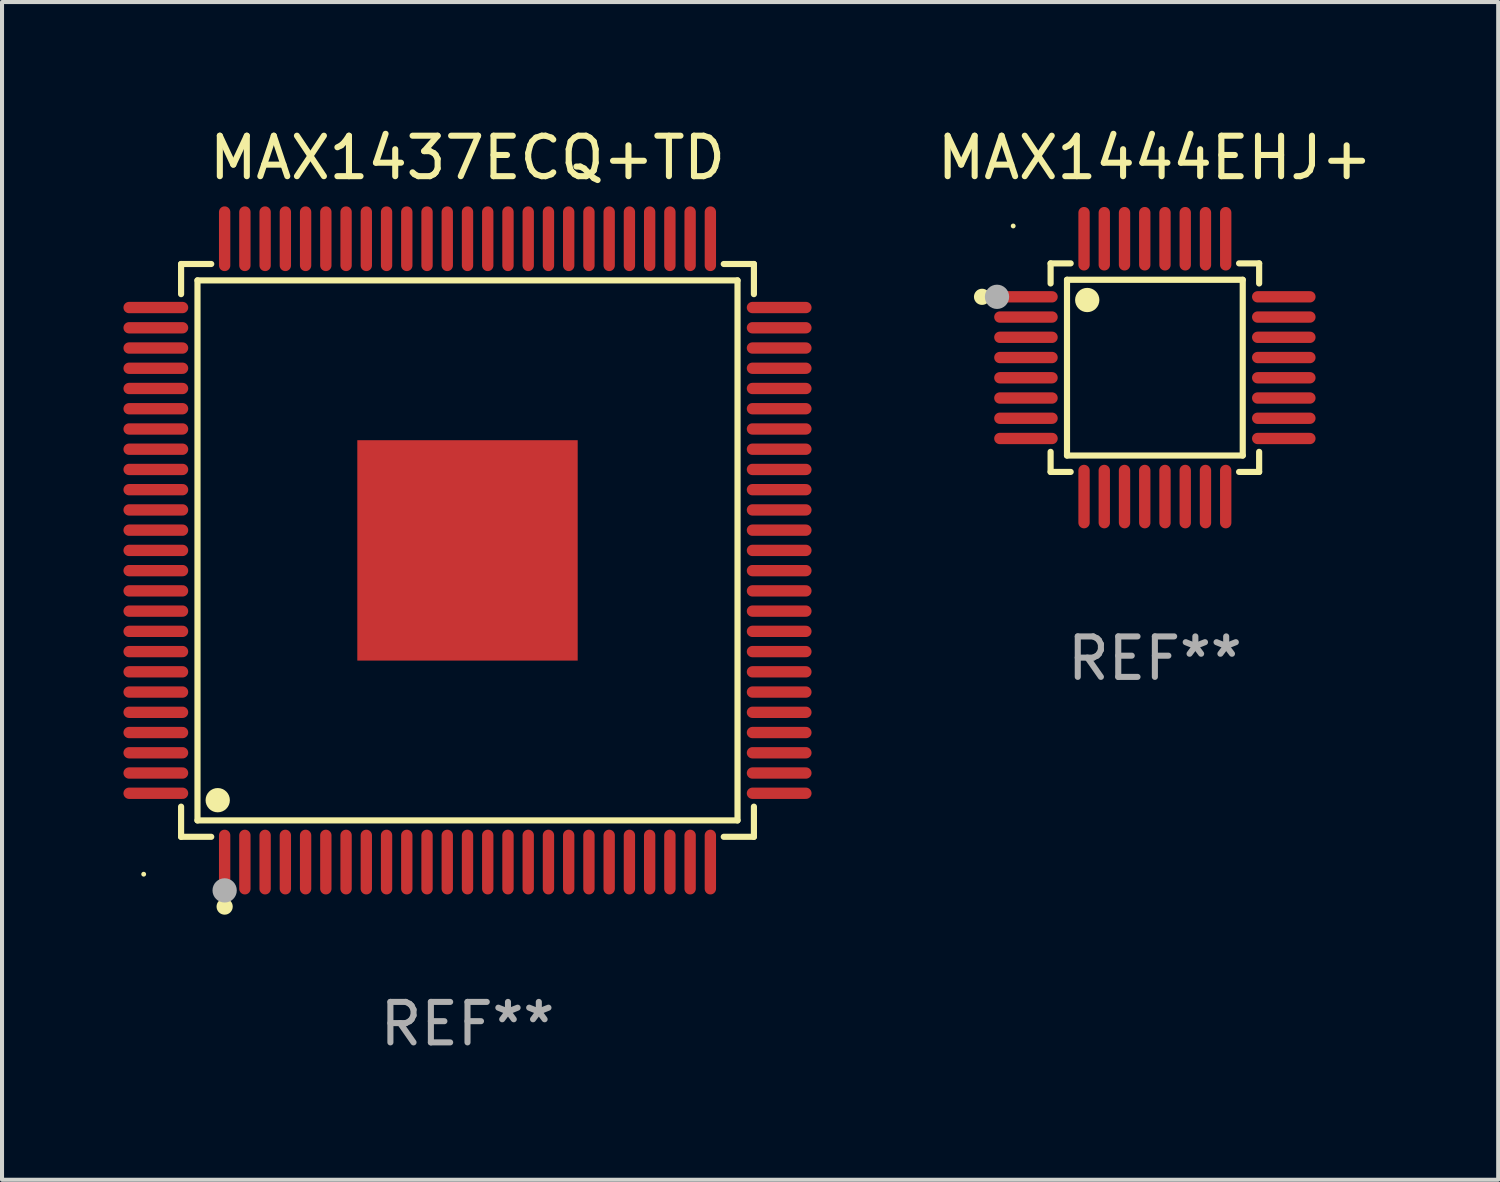
<source format=kicad_pcb>
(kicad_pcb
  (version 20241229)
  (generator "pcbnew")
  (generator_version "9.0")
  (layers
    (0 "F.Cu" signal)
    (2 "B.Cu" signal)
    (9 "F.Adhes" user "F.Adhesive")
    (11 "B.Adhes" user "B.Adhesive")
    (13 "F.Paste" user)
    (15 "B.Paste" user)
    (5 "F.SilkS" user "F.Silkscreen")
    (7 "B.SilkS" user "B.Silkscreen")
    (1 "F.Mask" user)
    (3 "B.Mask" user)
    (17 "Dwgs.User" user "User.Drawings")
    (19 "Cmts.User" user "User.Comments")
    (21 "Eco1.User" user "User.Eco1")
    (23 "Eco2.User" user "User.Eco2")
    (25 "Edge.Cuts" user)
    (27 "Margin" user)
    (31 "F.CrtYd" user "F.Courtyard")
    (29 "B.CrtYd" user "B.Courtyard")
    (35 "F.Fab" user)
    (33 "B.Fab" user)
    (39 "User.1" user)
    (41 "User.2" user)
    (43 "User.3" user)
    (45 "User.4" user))
  (footprint "MAX1437ECQ+TD"
    (layer "F.Cu")
    (at 8.5 10.548)
    (property "Reference" "MAX1437ECQ+TD" (at 0 -9.7 0) (layer "F.SilkS") (effects (font (size 1 1) (thickness 0.15))))
    (attr through_hole)
    (fp_line (start -7.076 -7.076) (end -6.331 -7.076) (stroke (width 0.152) (type solid)) (layer "F.SilkS"))
    (fp_line (start -7.076 -6.331) (end -7.076 -7.076) (stroke (width 0.152) (type solid)) (layer "F.SilkS"))
    (fp_line (start -7.076 6.331) (end -7.076 7.076) (stroke (width 0.152) (type solid)) (layer "F.SilkS"))
    (fp_line (start -7.076 7.076) (end -6.331 7.076) (stroke (width 0.152) (type solid)) (layer "F.SilkS"))
    (fp_line (start -6.671 -6.671) (end 6.671 -6.671) (stroke (width 0.152) (type solid)) (layer "F.SilkS"))
    (fp_line (start -6.671 6.671) (end -6.671 -6.671) (stroke (width 0.152) (type solid)) (layer "F.SilkS"))
    (fp_line (start 6.671 -6.671) (end 6.671 6.671) (stroke (width 0.152) (type solid)) (layer "F.SilkS"))
    (fp_line (start 6.671 6.671) (end -6.671 6.671) (stroke (width 0.152) (type solid)) (layer "F.SilkS"))
    (fp_line (start 7.076 -7.076) (end 6.331 -7.076) (stroke (width 0.152) (type solid)) (layer "F.SilkS"))
    (fp_line (start 7.076 -6.331) (end 7.076 -7.076) (stroke (width 0.152) (type solid)) (layer "F.SilkS"))
    (fp_line (start 7.076 6.331) (end 7.076 7.076) (stroke (width 0.152) (type solid)) (layer "F.SilkS"))
    (fp_line (start 7.076 7.076) (end 6.331 7.076) (stroke (width 0.152) (type solid)) (layer "F.SilkS"))
    (fp_circle (center -8 8) (end -7.97 8) (stroke (width 0.06) (type solid)) (fill no) (layer "F.SilkS"))
    (fp_circle (center -6.171 6.171) (end -6.021 6.171) (stroke (width 0.3) (type solid)) (fill no) (layer "F.SilkS"))
    (fp_circle (center -6 8.8) (end -5.9 8.8) (stroke (width 0.2) (type solid)) (fill no) (layer "F.SilkS"))
    (fp_circle (center -6 8.4) (end -5.85 8.4) (stroke (width 0.3) (type solid)) (fill no) (layer "F.Fab"))
    (fp_text user "REF**" (at 0 11.7 0) (layer "F.Fab") (effects (font (size 1 1) (thickness 0.15))))
    (pad "1" smd oval (at -6 7.7) (size 0.28 1.6) (layers "F.Cu" "F.Mask" "F.Paste"))
    (pad "2" smd oval (at -5.5 7.7) (size 0.28 1.6) (layers "F.Cu" "F.Mask" "F.Paste"))
    (pad "3" smd oval (at -5 7.7) (size 0.28 1.6) (layers "F.Cu" "F.Mask" "F.Paste"))
    (pad "4" smd oval (at -4.5 7.7) (size 0.28 1.6) (layers "F.Cu" "F.Mask" "F.Paste"))
    (pad "5" smd oval (at -4 7.7) (size 0.28 1.6) (layers "F.Cu" "F.Mask" "F.Paste"))
    (pad "6" smd oval (at -3.5 7.7) (size 0.28 1.6) (layers "F.Cu" "F.Mask" "F.Paste"))
    (pad "7" smd oval (at -3 7.7) (size 0.28 1.6) (layers "F.Cu" "F.Mask" "F.Paste"))
    (pad "8" smd oval (at -2.5 7.7) (size 0.28 1.6) (layers "F.Cu" "F.Mask" "F.Paste"))
    (pad "9" smd oval (at -2 7.7) (size 0.28 1.6) (layers "F.Cu" "F.Mask" "F.Paste"))
    (pad "10" smd oval (at -1.5 7.7) (size 0.28 1.6) (layers "F.Cu" "F.Mask" "F.Paste"))
    (pad "11" smd oval (at -1 7.7) (size 0.28 1.6) (layers "F.Cu" "F.Mask" "F.Paste"))
    (pad "12" smd oval (at -0.5 7.7) (size 0.28 1.6) (layers "F.Cu" "F.Mask" "F.Paste"))
    (pad "13" smd oval (at 0 7.7) (size 0.28 1.6) (layers "F.Cu" "F.Mask" "F.Paste"))
    (pad "14" smd oval (at 0.5 7.7) (size 0.28 1.6) (layers "F.Cu" "F.Mask" "F.Paste"))
    (pad "15" smd oval (at 1 7.7) (size 0.28 1.6) (layers "F.Cu" "F.Mask" "F.Paste"))
    (pad "16" smd oval (at 1.5 7.7) (size 0.28 1.6) (layers "F.Cu" "F.Mask" "F.Paste"))
    (pad "17" smd oval (at 2 7.7) (size 0.28 1.6) (layers "F.Cu" "F.Mask" "F.Paste"))
    (pad "18" smd oval (at 2.5 7.7) (size 0.28 1.6) (layers "F.Cu" "F.Mask" "F.Paste"))
    (pad "19" smd oval (at 3 7.7) (size 0.28 1.6) (layers "F.Cu" "F.Mask" "F.Paste"))
    (pad "20" smd oval (at 3.5 7.7) (size 0.28 1.6) (layers "F.Cu" "F.Mask" "F.Paste"))
    (pad "21" smd oval (at 4 7.7) (size 0.28 1.6) (layers "F.Cu" "F.Mask" "F.Paste"))
    (pad "22" smd oval (at 4.5 7.7) (size 0.28 1.6) (layers "F.Cu" "F.Mask" "F.Paste"))
    (pad "23" smd oval (at 5 7.7) (size 0.28 1.6) (layers "F.Cu" "F.Mask" "F.Paste"))
    (pad "24" smd oval (at 5.5 7.7) (size 0.28 1.6) (layers "F.Cu" "F.Mask" "F.Paste"))
    (pad "25" smd oval (at 6 7.7) (size 0.28 1.6) (layers "F.Cu" "F.Mask" "F.Paste"))
    (pad "26" smd oval (at 7.7 6) (size 1.6 0.28) (layers "F.Cu" "F.Mask" "F.Paste"))
    (pad "27" smd oval (at 7.7 5.5) (size 1.6 0.28) (layers "F.Cu" "F.Mask" "F.Paste"))
    (pad "28" smd oval (at 7.7 5) (size 1.6 0.28) (layers "F.Cu" "F.Mask" "F.Paste"))
    (pad "29" smd oval (at 7.7 4.5) (size 1.6 0.28) (layers "F.Cu" "F.Mask" "F.Paste"))
    (pad "30" smd oval (at 7.7 4) (size 1.6 0.28) (layers "F.Cu" "F.Mask" "F.Paste"))
    (pad "31" smd oval (at 7.7 3.5) (size 1.6 0.28) (layers "F.Cu" "F.Mask" "F.Paste"))
    (pad "32" smd oval (at 7.7 3) (size 1.6 0.28) (layers "F.Cu" "F.Mask" "F.Paste"))
    (pad "33" smd oval (at 7.7 2.5) (size 1.6 0.28) (layers "F.Cu" "F.Mask" "F.Paste"))
    (pad "34" smd oval (at 7.7 2) (size 1.6 0.28) (layers "F.Cu" "F.Mask" "F.Paste"))
    (pad "35" smd oval (at 7.7 1.5) (size 1.6 0.28) (layers "F.Cu" "F.Mask" "F.Paste"))
    (pad "36" smd oval (at 7.7 1) (size 1.6 0.28) (layers "F.Cu" "F.Mask" "F.Paste"))
    (pad "37" smd oval (at 7.7 0.5) (size 1.6 0.28) (layers "F.Cu" "F.Mask" "F.Paste"))
    (pad "38" smd oval (at 7.7 0) (size 1.6 0.28) (layers "F.Cu" "F.Mask" "F.Paste"))
    (pad "39" smd oval (at 7.7 -0.5) (size 1.6 0.28) (layers "F.Cu" "F.Mask" "F.Paste"))
    (pad "40" smd oval (at 7.7 -1) (size 1.6 0.28) (layers "F.Cu" "F.Mask" "F.Paste"))
    (pad "41" smd oval (at 7.7 -1.5) (size 1.6 0.28) (layers "F.Cu" "F.Mask" "F.Paste"))
    (pad "42" smd oval (at 7.7 -2) (size 1.6 0.28) (layers "F.Cu" "F.Mask" "F.Paste"))
    (pad "43" smd oval (at 7.7 -2.5) (size 1.6 0.28) (layers "F.Cu" "F.Mask" "F.Paste"))
    (pad "44" smd oval (at 7.7 -3) (size 1.6 0.28) (layers "F.Cu" "F.Mask" "F.Paste"))
    (pad "45" smd oval (at 7.7 -3.5) (size 1.6 0.28) (layers "F.Cu" "F.Mask" "F.Paste"))
    (pad "46" smd oval (at 7.7 -4) (size 1.6 0.28) (layers "F.Cu" "F.Mask" "F.Paste"))
    (pad "47" smd oval (at 7.7 -4.5) (size 1.6 0.28) (layers "F.Cu" "F.Mask" "F.Paste"))
    (pad "48" smd oval (at 7.7 -5) (size 1.6 0.28) (layers "F.Cu" "F.Mask" "F.Paste"))
    (pad "49" smd oval (at 7.7 -5.5) (size 1.6 0.28) (layers "F.Cu" "F.Mask" "F.Paste"))
    (pad "50" smd oval (at 7.7 -6) (size 1.6 0.28) (layers "F.Cu" "F.Mask" "F.Paste"))
    (pad "51" smd oval (at 6 -7.7) (size 0.28 1.6) (layers "F.Cu" "F.Mask" "F.Paste"))
    (pad "52" smd oval (at 5.5 -7.7) (size 0.28 1.6) (layers "F.Cu" "F.Mask" "F.Paste"))
    (pad "53" smd oval (at 5 -7.7) (size 0.28 1.6) (layers "F.Cu" "F.Mask" "F.Paste"))
    (pad "54" smd oval (at 4.5 -7.7) (size 0.28 1.6) (layers "F.Cu" "F.Mask" "F.Paste"))
    (pad "55" smd oval (at 4 -7.7) (size 0.28 1.6) (layers "F.Cu" "F.Mask" "F.Paste"))
    (pad "56" smd oval (at 3.5 -7.7) (size 0.28 1.6) (layers "F.Cu" "F.Mask" "F.Paste"))
    (pad "57" smd oval (at 3 -7.7) (size 0.28 1.6) (layers "F.Cu" "F.Mask" "F.Paste"))
    (pad "58" smd oval (at 2.5 -7.7) (size 0.28 1.6) (layers "F.Cu" "F.Mask" "F.Paste"))
    (pad "59" smd oval (at 2 -7.7) (size 0.28 1.6) (layers "F.Cu" "F.Mask" "F.Paste"))
    (pad "60" smd oval (at 1.5 -7.7) (size 0.28 1.6) (layers "F.Cu" "F.Mask" "F.Paste"))
    (pad "61" smd oval (at 1 -7.7) (size 0.28 1.6) (layers "F.Cu" "F.Mask" "F.Paste"))
    (pad "62" smd oval (at 0.5 -7.7) (size 0.28 1.6) (layers "F.Cu" "F.Mask" "F.Paste"))
    (pad "63" smd oval (at 0 -7.7) (size 0.28 1.6) (layers "F.Cu" "F.Mask" "F.Paste"))
    (pad "64" smd oval (at -0.5 -7.7) (size 0.28 1.6) (layers "F.Cu" "F.Mask" "F.Paste"))
    (pad "65" smd oval (at -1 -7.7) (size 0.28 1.6) (layers "F.Cu" "F.Mask" "F.Paste"))
    (pad "66" smd oval (at -1.5 -7.7) (size 0.28 1.6) (layers "F.Cu" "F.Mask" "F.Paste"))
    (pad "67" smd oval (at -2 -7.7) (size 0.28 1.6) (layers "F.Cu" "F.Mask" "F.Paste"))
    (pad "68" smd oval (at -2.5 -7.7) (size 0.28 1.6) (layers "F.Cu" "F.Mask" "F.Paste"))
    (pad "69" smd oval (at -3 -7.7) (size 0.28 1.6) (layers "F.Cu" "F.Mask" "F.Paste"))
    (pad "70" smd oval (at -3.5 -7.7) (size 0.28 1.6) (layers "F.Cu" "F.Mask" "F.Paste"))
    (pad "71" smd oval (at -4 -7.7) (size 0.28 1.6) (layers "F.Cu" "F.Mask" "F.Paste"))
    (pad "72" smd oval (at -4.5 -7.7) (size 0.28 1.6) (layers "F.Cu" "F.Mask" "F.Paste"))
    (pad "73" smd oval (at -5 -7.7) (size 0.28 1.6) (layers "F.Cu" "F.Mask" "F.Paste"))
    (pad "74" smd oval (at -5.5 -7.7) (size 0.28 1.6) (layers "F.Cu" "F.Mask" "F.Paste"))
    (pad "75" smd oval (at -6 -7.7) (size 0.28 1.6) (layers "F.Cu" "F.Mask" "F.Paste"))
    (pad "76" smd oval (at -7.7 -6) (size 1.6 0.28) (layers "F.Cu" "F.Mask" "F.Paste"))
    (pad "77" smd oval (at -7.7 -5.5) (size 1.6 0.28) (layers "F.Cu" "F.Mask" "F.Paste"))
    (pad "78" smd oval (at -7.7 -5) (size 1.6 0.28) (layers "F.Cu" "F.Mask" "F.Paste"))
    (pad "79" smd oval (at -7.7 -4.5) (size 1.6 0.28) (layers "F.Cu" "F.Mask" "F.Paste"))
    (pad "80" smd oval (at -7.7 -4) (size 1.6 0.28) (layers "F.Cu" "F.Mask" "F.Paste"))
    (pad "81" smd oval (at -7.7 -3.5) (size 1.6 0.28) (layers "F.Cu" "F.Mask" "F.Paste"))
    (pad "82" smd oval (at -7.7 -3) (size 1.6 0.28) (layers "F.Cu" "F.Mask" "F.Paste"))
    (pad "83" smd oval (at -7.7 -2.5) (size 1.6 0.28) (layers "F.Cu" "F.Mask" "F.Paste"))
    (pad "84" smd oval (at -7.7 -2) (size 1.6 0.28) (layers "F.Cu" "F.Mask" "F.Paste"))
    (pad "85" smd oval (at -7.7 -1.5) (size 1.6 0.28) (layers "F.Cu" "F.Mask" "F.Paste"))
    (pad "86" smd oval (at -7.7 -1) (size 1.6 0.28) (layers "F.Cu" "F.Mask" "F.Paste"))
    (pad "87" smd oval (at -7.7 -0.5) (size 1.6 0.28) (layers "F.Cu" "F.Mask" "F.Paste"))
    (pad "88" smd oval (at -7.7 0) (size 1.6 0.28) (layers "F.Cu" "F.Mask" "F.Paste"))
    (pad "89" smd oval (at -7.7 0.5) (size 1.6 0.28) (layers "F.Cu" "F.Mask" "F.Paste"))
    (pad "90" smd oval (at -7.7 1) (size 1.6 0.28) (layers "F.Cu" "F.Mask" "F.Paste"))
    (pad "91" smd oval (at -7.7 1.5) (size 1.6 0.28) (layers "F.Cu" "F.Mask" "F.Paste"))
    (pad "92" smd oval (at -7.7 2) (size 1.6 0.28) (layers "F.Cu" "F.Mask" "F.Paste"))
    (pad "93" smd oval (at -7.7 2.5) (size 1.6 0.28) (layers "F.Cu" "F.Mask" "F.Paste"))
    (pad "94" smd oval (at -7.7 3) (size 1.6 0.28) (layers "F.Cu" "F.Mask" "F.Paste"))
    (pad "95" smd oval (at -7.7 3.5) (size 1.6 0.28) (layers "F.Cu" "F.Mask" "F.Paste"))
    (pad "96" smd oval (at -7.7 4) (size 1.6 0.28) (layers "F.Cu" "F.Mask" "F.Paste"))
    (pad "97" smd oval (at -7.7 4.5) (size 1.6 0.28) (layers "F.Cu" "F.Mask" "F.Paste"))
    (pad "98" smd oval (at -7.7 5) (size 1.6 0.28) (layers "F.Cu" "F.Mask" "F.Paste"))
    (pad "99" smd oval (at -7.7 5.5) (size 1.6 0.28) (layers "F.Cu" "F.Mask" "F.Paste"))
    (pad "100" smd oval (at -7.7 6) (size 1.6 0.28) (layers "F.Cu" "F.Mask" "F.Paste"))
    (pad "101" smd rect (at 0 0) (size 5.445 5.445) (layers "F.Cu" "F.Mask" "F.Paste")))
  (footprint "MAX1444EHJ+"
    (layer "F.Cu")
    (at 25.482 6.033)
    (property "Reference" "MAX1444EHJ+" (at 0 -5.185 0) (layer "F.SilkS") (effects (font (size 1 1) (thickness 0.15))))
    (attr through_hole)
    (fp_line (start -2.576 -2.576) (end -2.576 -2.08) (stroke (width 0.152) (type solid)) (layer "F.SilkS"))
    (fp_line (start -2.576 2.576) (end -2.576 2.08) (stroke (width 0.152) (type solid)) (layer "F.SilkS"))
    (fp_line (start -2.171 -2.171) (end 2.171 -2.171) (stroke (width 0.152) (type solid)) (layer "F.SilkS"))
    (fp_line (start -2.171 2.171) (end -2.171 -2.171) (stroke (width 0.152) (type solid)) (layer "F.SilkS"))
    (fp_line (start -2.08 -2.576) (end -2.576 -2.576) (stroke (width 0.152) (type solid)) (layer "F.SilkS"))
    (fp_line (start -2.08 2.576) (end -2.576 2.576) (stroke (width 0.152) (type solid)) (layer "F.SilkS"))
    (fp_line (start 2.08 -2.576) (end 2.576 -2.576) (stroke (width 0.152) (type solid)) (layer "F.SilkS"))
    (fp_line (start 2.08 2.576) (end 2.576 2.576) (stroke (width 0.152) (type solid)) (layer "F.SilkS"))
    (fp_line (start 2.171 -2.171) (end 2.171 2.171) (stroke (width 0.152) (type solid)) (layer "F.SilkS"))
    (fp_line (start 2.171 2.171) (end -2.171 2.171) (stroke (width 0.152) (type solid)) (layer "F.SilkS"))
    (fp_line (start 2.576 -2.576) (end 2.576 -2.08) (stroke (width 0.152) (type solid)) (layer "F.SilkS"))
    (fp_line (start 2.576 2.576) (end 2.576 2.08) (stroke (width 0.152) (type solid)) (layer "F.SilkS"))
    (fp_circle (center -4.27 -1.75) (end -4.17 -1.75) (stroke (width 0.2) (type solid)) (fill no) (layer "F.SilkS"))
    (fp_circle (center -3.5 -3.5) (end -3.47 -3.5) (stroke (width 0.06) (type solid)) (fill no) (layer "F.SilkS"))
    (fp_circle (center -1.671 -1.671) (end -1.521 -1.671) (stroke (width 0.3) (type solid)) (fill no) (layer "F.SilkS"))
    (fp_circle (center -3.9 -1.75) (end -3.75 -1.75) (stroke (width 0.3) (type solid)) (fill no) (layer "F.Fab"))
    (fp_text user "REF**" (at 0 7.185 0) (layer "F.Fab") (effects (font (size 1 1) (thickness 0.15))))
    (pad "1" smd oval (at -3.185 -1.75 270) (size 0.28 1.57) (layers "F.Cu" "F.Mask" "F.Paste"))
    (pad "2" smd oval (at -3.185 -1.25 270) (size 0.28 1.57) (layers "F.Cu" "F.Mask" "F.Paste"))
    (pad "3" smd oval (at -3.185 -0.75 270) (size 0.28 1.57) (layers "F.Cu" "F.Mask" "F.Paste"))
    (pad "4" smd oval (at -3.185 -0.25 270) (size 0.28 1.57) (layers "F.Cu" "F.Mask" "F.Paste"))
    (pad "5" smd oval (at -3.185 0.25 270) (size 0.28 1.57) (layers "F.Cu" "F.Mask" "F.Paste"))
    (pad "6" smd oval (at -3.185 0.75 270) (size 0.28 1.57) (layers "F.Cu" "F.Mask" "F.Paste"))
    (pad "7" smd oval (at -3.185 1.25 270) (size 0.28 1.57) (layers "F.Cu" "F.Mask" "F.Paste"))
    (pad "8" smd oval (at -3.185 1.75 270) (size 0.28 1.57) (layers "F.Cu" "F.Mask" "F.Paste"))
    (pad "9" smd oval (at -1.75 3.185 270) (size 1.57 0.28) (layers "F.Cu" "F.Mask" "F.Paste"))
    (pad "10" smd oval (at -1.25 3.185 270) (size 1.57 0.28) (layers "F.Cu" "F.Mask" "F.Paste"))
    (pad "11" smd oval (at -0.75 3.185 270) (size 1.57 0.28) (layers "F.Cu" "F.Mask" "F.Paste"))
    (pad "12" smd oval (at -0.25 3.185 270) (size 1.57 0.28) (layers "F.Cu" "F.Mask" "F.Paste"))
    (pad "13" smd oval (at 0.25 3.185 270) (size 1.57 0.28) (layers "F.Cu" "F.Mask" "F.Paste"))
    (pad "14" smd oval (at 0.75 3.185 270) (size 1.57 0.28) (layers "F.Cu" "F.Mask" "F.Paste"))
    (pad "15" smd oval (at 1.25 3.185 270) (size 1.57 0.28) (layers "F.Cu" "F.Mask" "F.Paste"))
    (pad "16" smd oval (at 1.75 3.185 270) (size 1.57 0.28) (layers "F.Cu" "F.Mask" "F.Paste"))
    (pad "17" smd oval (at 3.185 1.75 270) (size 0.28 1.57) (layers "F.Cu" "F.Mask" "F.Paste"))
    (pad "18" smd oval (at 3.185 1.25 270) (size 0.28 1.57) (layers "F.Cu" "F.Mask" "F.Paste"))
    (pad "19" smd oval (at 3.185 0.75 270) (size 0.28 1.57) (layers "F.Cu" "F.Mask" "F.Paste"))
    (pad "20" smd oval (at 3.185 0.25 270) (size 0.28 1.57) (layers "F.Cu" "F.Mask" "F.Paste"))
    (pad "21" smd oval (at 3.185 -0.25 270) (size 0.28 1.57) (layers "F.Cu" "F.Mask" "F.Paste"))
    (pad "22" smd oval (at 3.185 -0.75 270) (size 0.28 1.57) (layers "F.Cu" "F.Mask" "F.Paste"))
    (pad "23" smd oval (at 3.185 -1.25 270) (size 0.28 1.57) (layers "F.Cu" "F.Mask" "F.Paste"))
    (pad "24" smd oval (at 3.185 -1.75 270) (size 0.28 1.57) (layers "F.Cu" "F.Mask" "F.Paste"))
    (pad "25" smd oval (at 1.75 -3.185 270) (size 1.57 0.28) (layers "F.Cu" "F.Mask" "F.Paste"))
    (pad "26" smd oval (at 1.25 -3.185 270) (size 1.57 0.28) (layers "F.Cu" "F.Mask" "F.Paste"))
    (pad "27" smd oval (at 0.75 -3.185 270) (size 1.57 0.28) (layers "F.Cu" "F.Mask" "F.Paste"))
    (pad "28" smd oval (at 0.25 -3.185 270) (size 1.57 0.28) (layers "F.Cu" "F.Mask" "F.Paste"))
    (pad "29" smd oval (at -0.25 -3.185 270) (size 1.57 0.28) (layers "F.Cu" "F.Mask" "F.Paste"))
    (pad "30" smd oval (at -0.75 -3.185 270) (size 1.57 0.28) (layers "F.Cu" "F.Mask" "F.Paste"))
    (pad "31" smd oval (at -1.25 -3.185 270) (size 1.57 0.28) (layers "F.Cu" "F.Mask" "F.Paste"))
    (pad "32" smd oval (at -1.75 -3.185 270) (size 1.57 0.28) (layers "F.Cu" "F.Mask" "F.Paste")))
  (gr_rect
    (start -3 -3)
    (end 33.964 26.097)
    (stroke (width 0.1) (type default))
    (fill no)
    (layer "Edge.Cuts")))
</source>
